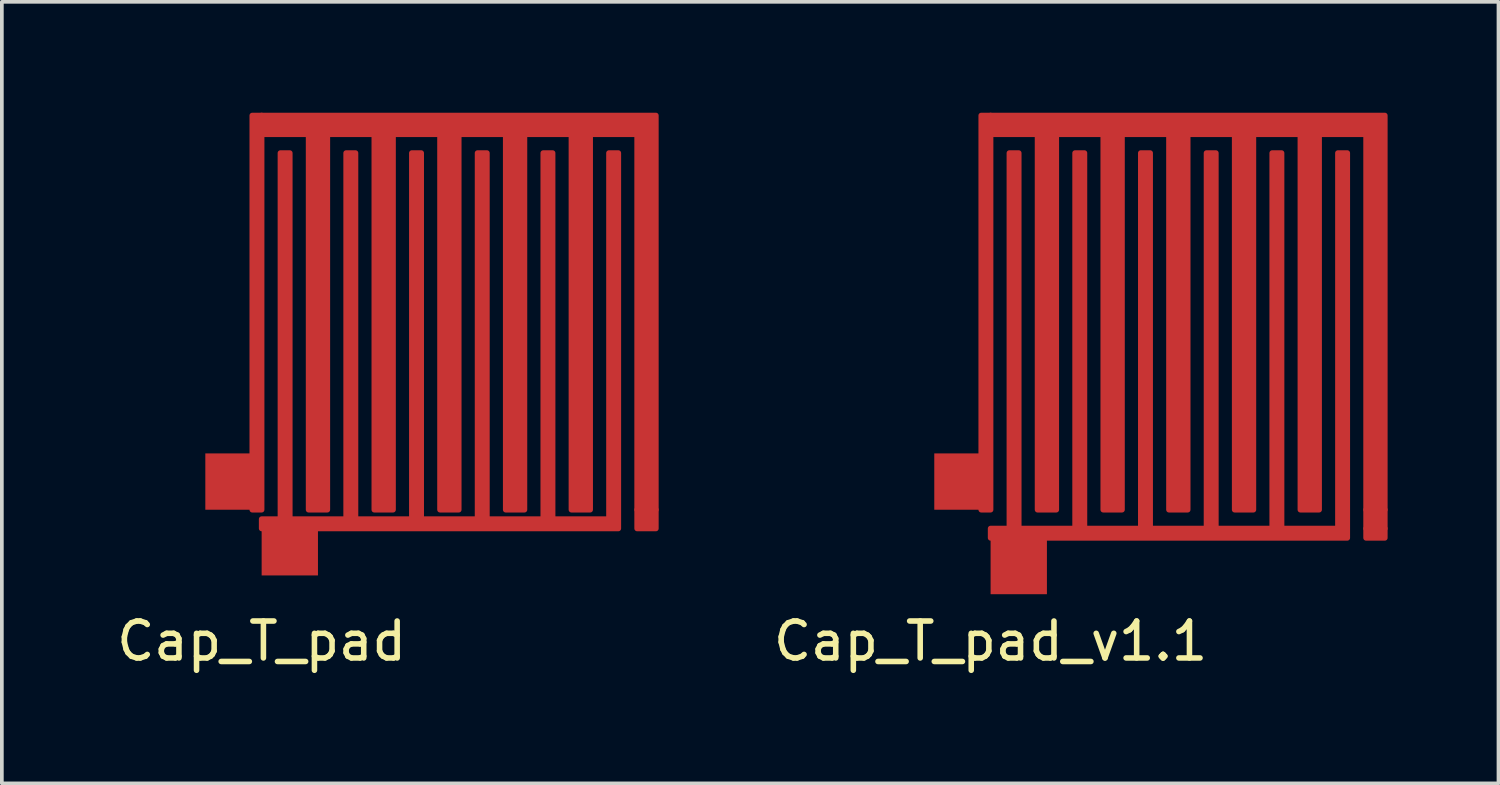
<source format=kicad_pcb>
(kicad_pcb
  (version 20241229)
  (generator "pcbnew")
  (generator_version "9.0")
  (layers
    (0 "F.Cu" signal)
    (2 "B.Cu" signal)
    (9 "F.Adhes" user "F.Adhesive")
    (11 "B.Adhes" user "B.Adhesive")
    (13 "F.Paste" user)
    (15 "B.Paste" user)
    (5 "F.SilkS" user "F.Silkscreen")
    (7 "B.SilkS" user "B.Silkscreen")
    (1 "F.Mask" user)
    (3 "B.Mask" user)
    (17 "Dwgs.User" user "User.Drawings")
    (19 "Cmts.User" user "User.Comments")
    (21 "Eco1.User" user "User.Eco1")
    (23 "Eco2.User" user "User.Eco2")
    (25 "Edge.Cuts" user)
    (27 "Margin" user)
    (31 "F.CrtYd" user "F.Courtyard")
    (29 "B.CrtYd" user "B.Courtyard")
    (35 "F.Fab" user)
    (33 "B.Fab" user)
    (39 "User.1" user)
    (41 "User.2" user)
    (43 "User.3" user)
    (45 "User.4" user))
  (footprint "Cap_T_pad"
    (layer "F.Cu")
    (at 4.03 10.743)
    (property "Reference" "Cap_T_pad" (at 0 3.556 0) (layer "F.SilkS") (effects (font (size 1 1) (thickness 0.15))))
    (attr through_hole)
    (fp_poly (pts (xy 10.16 0) (xy 10.668 0) (xy 10.668 0.508) (xy 10.16 0.508)) (stroke (width 0.15) (type solid)) (fill yes) (layer "F.Cu"))
    (fp_poly (pts (xy 0 0) (xy -0.254 0) (xy -0.254 -10.668) (xy 0 -10.668) (xy 0 -9.144)) (stroke (width 0.15) (type solid)) (fill yes) (layer "F.Cu"))
    (fp_poly (pts (xy 0 0) (xy 0 -10.668) (xy 10.668 -10.668) (xy 10.668 0) (xy 10.16 0) (xy 10.16 -10.16) (xy 8.89 -10.16) (xy 8.89 0) (xy 8.382 0) (xy 8.382 -10.16) (xy 7.112 -10.16) (xy 7.112 0) (xy 6.604 0) (xy 6.604 -10.16) (xy 5.334 -10.16) (xy 5.334 0) (xy 4.826 0) (xy 4.826 -10.16) (xy 3.556 -10.16) (xy 3.556 0) (xy 3.048 0) (xy 3.048 -10.16) (xy 1.778 -10.16) (xy 1.778 0) (xy 1.27 0) (xy 1.27 -10.16) (xy 0 -10.16)) (stroke (width 0.15) (type solid)) (fill yes) (layer "F.Cu"))
    (fp_poly (pts (xy 0 0.254) (xy 0.508 0.254) (xy 0.508 -9.652) (xy 0.762 -9.652) (xy 0.762 0.254) (xy 2.286 0.254) (xy 2.286 -9.652) (xy 2.54 -9.652) (xy 2.54 0.254) (xy 4.064 0.254) (xy 4.064 -9.652) (xy 4.318 -9.652) (xy 4.318 0.254) (xy 5.842 0.254) (xy 5.842 -9.652) (xy 6.096 -9.652) (xy 6.096 0.254) (xy 7.62 0.254) (xy 7.62 -9.652) (xy 7.874 -9.652) (xy 7.874 0.254) (xy 9.398 0.254) (xy 9.398 -9.652) (xy 9.652 -9.652) (xy 9.652 0.254) (xy 9.652 0.508) (xy 0 0.508)) (stroke (width 0.15) (type solid)) (fill yes) (layer "F.Cu"))
    (pad "1" smd rect (at -0.762 -0.762) (size 1.524 1.524) (layers "F.Cu" "F.Mask" "F.Paste"))
    (pad "2" smd rect (at 0.762 1.016) (size 1.524 1.524) (layers "F.Cu" "F.Mask" "F.Paste")))
  (footprint "Cap_T_pad_v1.1"
    (layer "F.Cu")
    (at 23.755 10.743)
    (property "Reference" "Cap_T_pad_v1.1" (at 0 3.556 0) (layer "F.SilkS") (effects (font (size 1 1) (thickness 0.15))))
    (attr through_hole)
    (fp_poly (pts (xy 10.16 0) (xy 10.668 0) (xy 10.668 0.508) (xy 10.16 0.508)) (stroke (width 0.15) (type solid)) (fill yes) (layer "F.Cu"))
    (fp_poly (pts (xy 10.16 0.508) (xy 10.668 0.508) (xy 10.668 0.762) (xy 10.16 0.762)) (stroke (width 0.15) (type solid)) (fill yes) (layer "F.Cu"))
    (fp_poly (pts (xy 0 0) (xy -0.254 0) (xy -0.254 -10.668) (xy 0 -10.668) (xy 0 -9.144)) (stroke (width 0.15) (type solid)) (fill yes) (layer "F.Cu"))
    (fp_poly (pts (xy 0 0) (xy 0 -10.668) (xy 10.668 -10.668) (xy 10.668 0) (xy 10.16 0) (xy 10.16 -10.16) (xy 8.89 -10.16) (xy 8.89 0) (xy 8.382 0) (xy 8.382 -10.16) (xy 7.112 -10.16) (xy 7.112 0) (xy 6.604 0) (xy 6.604 -10.16) (xy 5.334 -10.16) (xy 5.334 0) (xy 4.826 0) (xy 4.826 -10.16) (xy 3.556 -10.16) (xy 3.556 0) (xy 3.048 0) (xy 3.048 -10.16) (xy 1.778 -10.16) (xy 1.778 0) (xy 1.27 0) (xy 1.27 -10.16) (xy 0 -10.16)) (stroke (width 0.15) (type solid)) (fill yes) (layer "F.Cu"))
    (fp_poly (pts (xy 0 0.508) (xy 0.508 0.508) (xy 0.508 -9.652) (xy 0.762 -9.652) (xy 0.762 0.508) (xy 2.286 0.508) (xy 2.286 -9.652) (xy 2.54 -9.652) (xy 2.54 0.508) (xy 4.064 0.508) (xy 4.064 -9.652) (xy 4.318 -9.652) (xy 4.318 0.508) (xy 5.842 0.508) (xy 5.842 -9.652) (xy 6.096 -9.652) (xy 6.096 0.508) (xy 7.62 0.508) (xy 7.62 -9.652) (xy 7.874 -9.652) (xy 7.874 0.508) (xy 9.398 0.508) (xy 9.398 -9.652) (xy 9.652 -9.652) (xy 9.652 0.508) (xy 9.652 0.762) (xy 0 0.762)) (stroke (width 0.15) (type solid)) (fill yes) (layer "F.Cu"))
    (pad "1" smd rect (at -0.762 -0.762) (size 1.524 1.524) (layers "F.Cu" "F.Mask" "F.Paste"))
    (pad "2" smd rect (at 0.762 1.524) (size 1.524 1.524) (layers "F.Cu" "F.Mask" "F.Paste")))
  (gr_rect
    (start -3 -3)
    (end 37.498 18.147)
    (stroke (width 0.1) (type default))
    (fill no)
    (layer "Edge.Cuts")))
</source>
